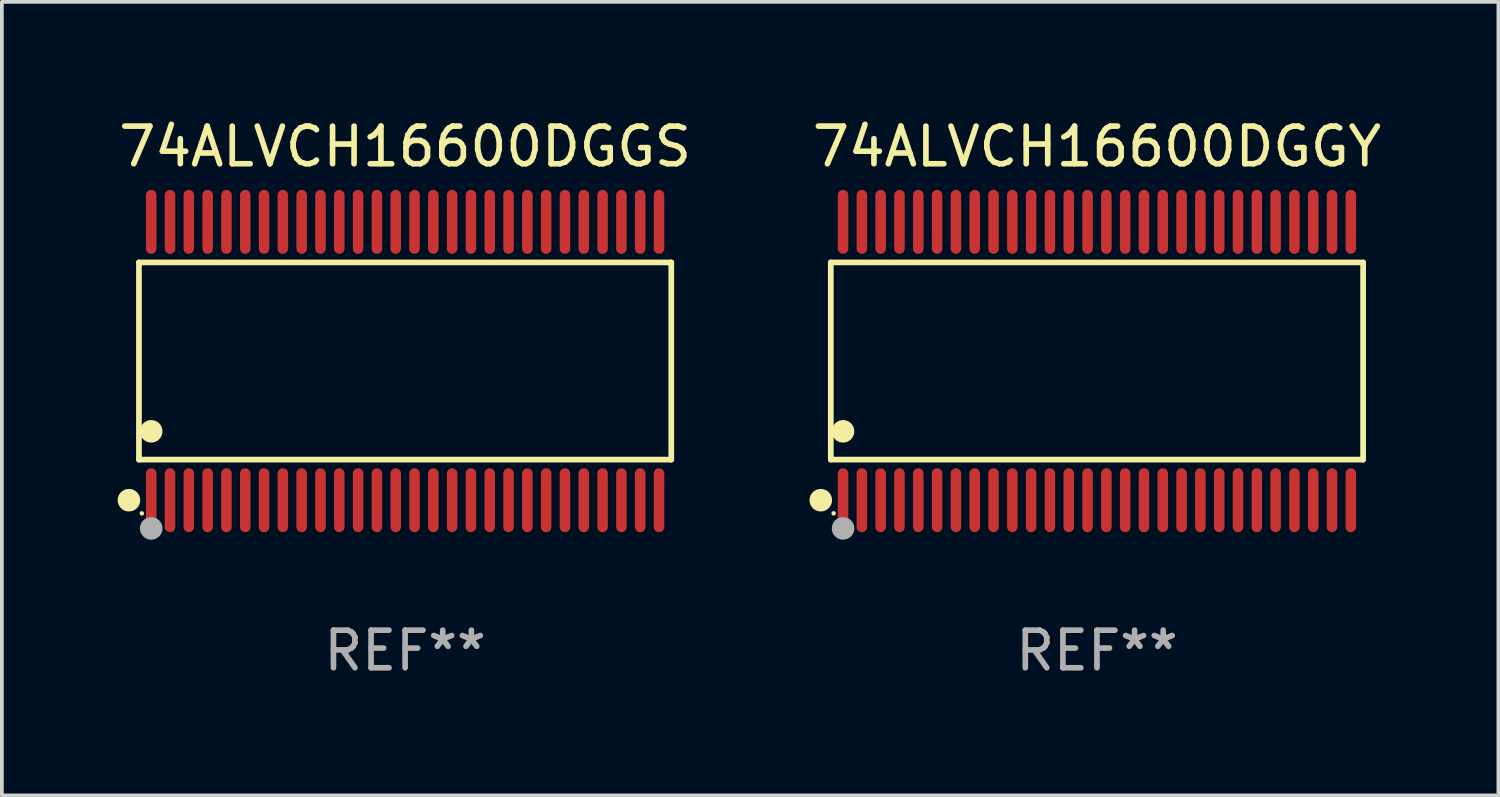
<source format=kicad_pcb>
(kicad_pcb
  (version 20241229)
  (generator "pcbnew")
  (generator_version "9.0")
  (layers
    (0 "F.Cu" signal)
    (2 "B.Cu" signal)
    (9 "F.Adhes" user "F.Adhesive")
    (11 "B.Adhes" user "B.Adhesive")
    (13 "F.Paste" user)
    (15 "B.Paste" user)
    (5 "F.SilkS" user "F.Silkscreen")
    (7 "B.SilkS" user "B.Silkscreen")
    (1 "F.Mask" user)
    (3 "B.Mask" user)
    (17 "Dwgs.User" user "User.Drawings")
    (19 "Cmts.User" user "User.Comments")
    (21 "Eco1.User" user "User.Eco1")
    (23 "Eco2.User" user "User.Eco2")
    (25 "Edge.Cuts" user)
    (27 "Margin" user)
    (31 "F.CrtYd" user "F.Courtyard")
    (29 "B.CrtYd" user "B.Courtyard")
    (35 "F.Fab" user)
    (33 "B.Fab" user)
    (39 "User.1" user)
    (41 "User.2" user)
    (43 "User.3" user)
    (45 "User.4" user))
  (footprint "74ALVCH16600DGGY"
    (layer "F.Cu")
    (at 26.113 6.548)
    (property "Reference" "74ALVCH16600DGGY" (at 0 -5.7 0) (layer "F.SilkS") (effects (font (size 1 1) (thickness 0.15))))
    (attr through_hole)
    (fp_line (start -7.076 -2.621) (end 7.076 -2.621) (stroke (width 0.152) (type solid)) (layer "F.SilkS"))
    (fp_line (start -7.076 2.621) (end -7.076 -2.621) (stroke (width 0.152) (type solid)) (layer "F.SilkS"))
    (fp_line (start 7.076 -2.621) (end 7.076 2.621) (stroke (width 0.152) (type solid)) (layer "F.SilkS"))
    (fp_line (start 7.076 2.621) (end -7.076 2.621) (stroke (width 0.152) (type solid)) (layer "F.SilkS"))
    (fp_circle (center -7.342 3.7) (end -7.192 3.7) (stroke (width 0.3) (type solid)) (fill no) (layer "F.SilkS"))
    (fp_circle (center -7 4.05) (end -6.97 4.05) (stroke (width 0.06) (type solid)) (fill no) (layer "F.SilkS"))
    (fp_circle (center -6.75 1.869) (end -6.6 1.869) (stroke (width 0.3) (type solid)) (fill no) (layer "F.SilkS"))
    (fp_circle (center -6.75 4.45) (end -6.6 4.45) (stroke (width 0.3) (type solid)) (fill no) (layer "F.Fab"))
    (fp_text user "REF**" (at 0 7.7 0) (layer "F.Fab") (effects (font (size 1 1) (thickness 0.15))))
    (pad "1" smd oval (at -6.75 3.7) (size 0.28 1.7) (layers "F.Cu" "F.Mask" "F.Paste"))
    (pad "2" smd oval (at -6.25 3.7) (size 0.28 1.7) (layers "F.Cu" "F.Mask" "F.Paste"))
    (pad "3" smd oval (at -5.75 3.7) (size 0.28 1.7) (layers "F.Cu" "F.Mask" "F.Paste"))
    (pad "4" smd oval (at -5.25 3.7) (size 0.28 1.7) (layers "F.Cu" "F.Mask" "F.Paste"))
    (pad "5" smd oval (at -4.75 3.7) (size 0.28 1.7) (layers "F.Cu" "F.Mask" "F.Paste"))
    (pad "6" smd oval (at -4.25 3.7) (size 0.28 1.7) (layers "F.Cu" "F.Mask" "F.Paste"))
    (pad "7" smd oval (at -3.75 3.7) (size 0.28 1.7) (layers "F.Cu" "F.Mask" "F.Paste"))
    (pad "8" smd oval (at -3.25 3.7) (size 0.28 1.7) (layers "F.Cu" "F.Mask" "F.Paste"))
    (pad "9" smd oval (at -2.75 3.7) (size 0.28 1.7) (layers "F.Cu" "F.Mask" "F.Paste"))
    (pad "10" smd oval (at -2.25 3.7) (size 0.28 1.7) (layers "F.Cu" "F.Mask" "F.Paste"))
    (pad "11" smd oval (at -1.75 3.7) (size 0.28 1.7) (layers "F.Cu" "F.Mask" "F.Paste"))
    (pad "12" smd oval (at -1.25 3.7) (size 0.28 1.7) (layers "F.Cu" "F.Mask" "F.Paste"))
    (pad "13" smd oval (at -0.75 3.7) (size 0.28 1.7) (layers "F.Cu" "F.Mask" "F.Paste"))
    (pad "14" smd oval (at -0.25 3.7) (size 0.28 1.7) (layers "F.Cu" "F.Mask" "F.Paste"))
    (pad "15" smd oval (at 0.25 3.7) (size 0.28 1.7) (layers "F.Cu" "F.Mask" "F.Paste"))
    (pad "16" smd oval (at 0.75 3.7) (size 0.28 1.7) (layers "F.Cu" "F.Mask" "F.Paste"))
    (pad "17" smd oval (at 1.25 3.7) (size 0.28 1.7) (layers "F.Cu" "F.Mask" "F.Paste"))
    (pad "18" smd oval (at 1.75 3.7) (size 0.28 1.7) (layers "F.Cu" "F.Mask" "F.Paste"))
    (pad "19" smd oval (at 2.25 3.7) (size 0.28 1.7) (layers "F.Cu" "F.Mask" "F.Paste"))
    (pad "20" smd oval (at 2.75 3.7) (size 0.28 1.7) (layers "F.Cu" "F.Mask" "F.Paste"))
    (pad "21" smd oval (at 3.25 3.7) (size 0.28 1.7) (layers "F.Cu" "F.Mask" "F.Paste"))
    (pad "22" smd oval (at 3.75 3.7) (size 0.28 1.7) (layers "F.Cu" "F.Mask" "F.Paste"))
    (pad "23" smd oval (at 4.25 3.7) (size 0.28 1.7) (layers "F.Cu" "F.Mask" "F.Paste"))
    (pad "24" smd oval (at 4.75 3.7) (size 0.28 1.7) (layers "F.Cu" "F.Mask" "F.Paste"))
    (pad "25" smd oval (at 5.25 3.7) (size 0.28 1.7) (layers "F.Cu" "F.Mask" "F.Paste"))
    (pad "26" smd oval (at 5.75 3.7) (size 0.28 1.7) (layers "F.Cu" "F.Mask" "F.Paste"))
    (pad "27" smd oval (at 6.25 3.7) (size 0.28 1.7) (layers "F.Cu" "F.Mask" "F.Paste"))
    (pad "28" smd oval (at 6.75 3.7) (size 0.28 1.7) (layers "F.Cu" "F.Mask" "F.Paste"))
    (pad "29" smd oval (at 6.75 -3.7) (size 0.28 1.7) (layers "F.Cu" "F.Mask" "F.Paste"))
    (pad "30" smd oval (at 6.25 -3.7) (size 0.28 1.7) (layers "F.Cu" "F.Mask" "F.Paste"))
    (pad "31" smd oval (at 5.75 -3.7) (size 0.28 1.7) (layers "F.Cu" "F.Mask" "F.Paste"))
    (pad "32" smd oval (at 5.25 -3.7) (size 0.28 1.7) (layers "F.Cu" "F.Mask" "F.Paste"))
    (pad "33" smd oval (at 4.75 -3.7) (size 0.28 1.7) (layers "F.Cu" "F.Mask" "F.Paste"))
    (pad "34" smd oval (at 4.25 -3.7) (size 0.28 1.7) (layers "F.Cu" "F.Mask" "F.Paste"))
    (pad "35" smd oval (at 3.75 -3.7) (size 0.28 1.7) (layers "F.Cu" "F.Mask" "F.Paste"))
    (pad "36" smd oval (at 3.25 -3.7) (size 0.28 1.7) (layers "F.Cu" "F.Mask" "F.Paste"))
    (pad "37" smd oval (at 2.75 -3.7) (size 0.28 1.7) (layers "F.Cu" "F.Mask" "F.Paste"))
    (pad "38" smd oval (at 2.25 -3.7) (size 0.28 1.7) (layers "F.Cu" "F.Mask" "F.Paste"))
    (pad "39" smd oval (at 1.75 -3.7) (size 0.28 1.7) (layers "F.Cu" "F.Mask" "F.Paste"))
    (pad "40" smd oval (at 1.25 -3.7) (size 0.28 1.7) (layers "F.Cu" "F.Mask" "F.Paste"))
    (pad "41" smd oval (at 0.75 -3.7) (size 0.28 1.7) (layers "F.Cu" "F.Mask" "F.Paste"))
    (pad "42" smd oval (at 0.25 -3.7) (size 0.28 1.7) (layers "F.Cu" "F.Mask" "F.Paste"))
    (pad "43" smd oval (at -0.25 -3.7) (size 0.28 1.7) (layers "F.Cu" "F.Mask" "F.Paste"))
    (pad "44" smd oval (at -0.75 -3.7) (size 0.28 1.7) (layers "F.Cu" "F.Mask" "F.Paste"))
    (pad "45" smd oval (at -1.25 -3.7) (size 0.28 1.7) (layers "F.Cu" "F.Mask" "F.Paste"))
    (pad "46" smd oval (at -1.75 -3.7) (size 0.28 1.7) (layers "F.Cu" "F.Mask" "F.Paste"))
    (pad "47" smd oval (at -2.25 -3.7) (size 0.28 1.7) (layers "F.Cu" "F.Mask" "F.Paste"))
    (pad "48" smd oval (at -2.75 -3.7) (size 0.28 1.7) (layers "F.Cu" "F.Mask" "F.Paste"))
    (pad "49" smd oval (at -3.25 -3.7) (size 0.28 1.7) (layers "F.Cu" "F.Mask" "F.Paste"))
    (pad "50" smd oval (at -3.75 -3.7) (size 0.28 1.7) (layers "F.Cu" "F.Mask" "F.Paste"))
    (pad "51" smd oval (at -4.25 -3.7) (size 0.28 1.7) (layers "F.Cu" "F.Mask" "F.Paste"))
    (pad "52" smd oval (at -4.75 -3.7) (size 0.28 1.7) (layers "F.Cu" "F.Mask" "F.Paste"))
    (pad "53" smd oval (at -5.25 -3.7) (size 0.28 1.7) (layers "F.Cu" "F.Mask" "F.Paste"))
    (pad "54" smd oval (at -5.75 -3.7) (size 0.28 1.7) (layers "F.Cu" "F.Mask" "F.Paste"))
    (pad "55" smd oval (at -6.25 -3.7) (size 0.28 1.7) (layers "F.Cu" "F.Mask" "F.Paste"))
    (pad "56" smd oval (at -6.75 -3.7) (size 0.28 1.7) (layers "F.Cu" "F.Mask" "F.Paste")))
  (footprint "74ALVCH16600DGGS"
    (layer "F.Cu")
    (at 7.72 6.548)
    (property "Reference" "74ALVCH16600DGGS" (at 0 -5.7 0) (layer "F.SilkS") (effects (font (size 1 1) (thickness 0.15))))
    (attr through_hole)
    (fp_line (start -7.076 -2.621) (end 7.076 -2.621) (stroke (width 0.152) (type solid)) (layer "F.SilkS"))
    (fp_line (start -7.076 2.621) (end -7.076 -2.621) (stroke (width 0.152) (type solid)) (layer "F.SilkS"))
    (fp_line (start 7.076 -2.621) (end 7.076 2.621) (stroke (width 0.152) (type solid)) (layer "F.SilkS"))
    (fp_line (start 7.076 2.621) (end -7.076 2.621) (stroke (width 0.152) (type solid)) (layer "F.SilkS"))
    (fp_circle (center -7.342 3.7) (end -7.192 3.7) (stroke (width 0.3) (type solid)) (fill no) (layer "F.SilkS"))
    (fp_circle (center -7 4.05) (end -6.97 4.05) (stroke (width 0.06) (type solid)) (fill no) (layer "F.SilkS"))
    (fp_circle (center -6.75 1.869) (end -6.6 1.869) (stroke (width 0.3) (type solid)) (fill no) (layer "F.SilkS"))
    (fp_circle (center -6.75 4.45) (end -6.6 4.45) (stroke (width 0.3) (type solid)) (fill no) (layer "F.Fab"))
    (fp_text user "REF**" (at 0 7.7 0) (layer "F.Fab") (effects (font (size 1 1) (thickness 0.15))))
    (pad "1" smd oval (at -6.75 3.7) (size 0.28 1.7) (layers "F.Cu" "F.Mask" "F.Paste"))
    (pad "2" smd oval (at -6.25 3.7) (size 0.28 1.7) (layers "F.Cu" "F.Mask" "F.Paste"))
    (pad "3" smd oval (at -5.75 3.7) (size 0.28 1.7) (layers "F.Cu" "F.Mask" "F.Paste"))
    (pad "4" smd oval (at -5.25 3.7) (size 0.28 1.7) (layers "F.Cu" "F.Mask" "F.Paste"))
    (pad "5" smd oval (at -4.75 3.7) (size 0.28 1.7) (layers "F.Cu" "F.Mask" "F.Paste"))
    (pad "6" smd oval (at -4.25 3.7) (size 0.28 1.7) (layers "F.Cu" "F.Mask" "F.Paste"))
    (pad "7" smd oval (at -3.75 3.7) (size 0.28 1.7) (layers "F.Cu" "F.Mask" "F.Paste"))
    (pad "8" smd oval (at -3.25 3.7) (size 0.28 1.7) (layers "F.Cu" "F.Mask" "F.Paste"))
    (pad "9" smd oval (at -2.75 3.7) (size 0.28 1.7) (layers "F.Cu" "F.Mask" "F.Paste"))
    (pad "10" smd oval (at -2.25 3.7) (size 0.28 1.7) (layers "F.Cu" "F.Mask" "F.Paste"))
    (pad "11" smd oval (at -1.75 3.7) (size 0.28 1.7) (layers "F.Cu" "F.Mask" "F.Paste"))
    (pad "12" smd oval (at -1.25 3.7) (size 0.28 1.7) (layers "F.Cu" "F.Mask" "F.Paste"))
    (pad "13" smd oval (at -0.75 3.7) (size 0.28 1.7) (layers "F.Cu" "F.Mask" "F.Paste"))
    (pad "14" smd oval (at -0.25 3.7) (size 0.28 1.7) (layers "F.Cu" "F.Mask" "F.Paste"))
    (pad "15" smd oval (at 0.25 3.7) (size 0.28 1.7) (layers "F.Cu" "F.Mask" "F.Paste"))
    (pad "16" smd oval (at 0.75 3.7) (size 0.28 1.7) (layers "F.Cu" "F.Mask" "F.Paste"))
    (pad "17" smd oval (at 1.25 3.7) (size 0.28 1.7) (layers "F.Cu" "F.Mask" "F.Paste"))
    (pad "18" smd oval (at 1.75 3.7) (size 0.28 1.7) (layers "F.Cu" "F.Mask" "F.Paste"))
    (pad "19" smd oval (at 2.25 3.7) (size 0.28 1.7) (layers "F.Cu" "F.Mask" "F.Paste"))
    (pad "20" smd oval (at 2.75 3.7) (size 0.28 1.7) (layers "F.Cu" "F.Mask" "F.Paste"))
    (pad "21" smd oval (at 3.25 3.7) (size 0.28 1.7) (layers "F.Cu" "F.Mask" "F.Paste"))
    (pad "22" smd oval (at 3.75 3.7) (size 0.28 1.7) (layers "F.Cu" "F.Mask" "F.Paste"))
    (pad "23" smd oval (at 4.25 3.7) (size 0.28 1.7) (layers "F.Cu" "F.Mask" "F.Paste"))
    (pad "24" smd oval (at 4.75 3.7) (size 0.28 1.7) (layers "F.Cu" "F.Mask" "F.Paste"))
    (pad "25" smd oval (at 5.25 3.7) (size 0.28 1.7) (layers "F.Cu" "F.Mask" "F.Paste"))
    (pad "26" smd oval (at 5.75 3.7) (size 0.28 1.7) (layers "F.Cu" "F.Mask" "F.Paste"))
    (pad "27" smd oval (at 6.25 3.7) (size 0.28 1.7) (layers "F.Cu" "F.Mask" "F.Paste"))
    (pad "28" smd oval (at 6.75 3.7) (size 0.28 1.7) (layers "F.Cu" "F.Mask" "F.Paste"))
    (pad "29" smd oval (at 6.75 -3.7) (size 0.28 1.7) (layers "F.Cu" "F.Mask" "F.Paste"))
    (pad "30" smd oval (at 6.25 -3.7) (size 0.28 1.7) (layers "F.Cu" "F.Mask" "F.Paste"))
    (pad "31" smd oval (at 5.75 -3.7) (size 0.28 1.7) (layers "F.Cu" "F.Mask" "F.Paste"))
    (pad "32" smd oval (at 5.25 -3.7) (size 0.28 1.7) (layers "F.Cu" "F.Mask" "F.Paste"))
    (pad "33" smd oval (at 4.75 -3.7) (size 0.28 1.7) (layers "F.Cu" "F.Mask" "F.Paste"))
    (pad "34" smd oval (at 4.25 -3.7) (size 0.28 1.7) (layers "F.Cu" "F.Mask" "F.Paste"))
    (pad "35" smd oval (at 3.75 -3.7) (size 0.28 1.7) (layers "F.Cu" "F.Mask" "F.Paste"))
    (pad "36" smd oval (at 3.25 -3.7) (size 0.28 1.7) (layers "F.Cu" "F.Mask" "F.Paste"))
    (pad "37" smd oval (at 2.75 -3.7) (size 0.28 1.7) (layers "F.Cu" "F.Mask" "F.Paste"))
    (pad "38" smd oval (at 2.25 -3.7) (size 0.28 1.7) (layers "F.Cu" "F.Mask" "F.Paste"))
    (pad "39" smd oval (at 1.75 -3.7) (size 0.28 1.7) (layers "F.Cu" "F.Mask" "F.Paste"))
    (pad "40" smd oval (at 1.25 -3.7) (size 0.28 1.7) (layers "F.Cu" "F.Mask" "F.Paste"))
    (pad "41" smd oval (at 0.75 -3.7) (size 0.28 1.7) (layers "F.Cu" "F.Mask" "F.Paste"))
    (pad "42" smd oval (at 0.25 -3.7) (size 0.28 1.7) (layers "F.Cu" "F.Mask" "F.Paste"))
    (pad "43" smd oval (at -0.25 -3.7) (size 0.28 1.7) (layers "F.Cu" "F.Mask" "F.Paste"))
    (pad "44" smd oval (at -0.75 -3.7) (size 0.28 1.7) (layers "F.Cu" "F.Mask" "F.Paste"))
    (pad "45" smd oval (at -1.25 -3.7) (size 0.28 1.7) (layers "F.Cu" "F.Mask" "F.Paste"))
    (pad "46" smd oval (at -1.75 -3.7) (size 0.28 1.7) (layers "F.Cu" "F.Mask" "F.Paste"))
    (pad "47" smd oval (at -2.25 -3.7) (size 0.28 1.7) (layers "F.Cu" "F.Mask" "F.Paste"))
    (pad "48" smd oval (at -2.75 -3.7) (size 0.28 1.7) (layers "F.Cu" "F.Mask" "F.Paste"))
    (pad "49" smd oval (at -3.25 -3.7) (size 0.28 1.7) (layers "F.Cu" "F.Mask" "F.Paste"))
    (pad "50" smd oval (at -3.75 -3.7) (size 0.28 1.7) (layers "F.Cu" "F.Mask" "F.Paste"))
    (pad "51" smd oval (at -4.25 -3.7) (size 0.28 1.7) (layers "F.Cu" "F.Mask" "F.Paste"))
    (pad "52" smd oval (at -4.75 -3.7) (size 0.28 1.7) (layers "F.Cu" "F.Mask" "F.Paste"))
    (pad "53" smd oval (at -5.25 -3.7) (size 0.28 1.7) (layers "F.Cu" "F.Mask" "F.Paste"))
    (pad "54" smd oval (at -5.75 -3.7) (size 0.28 1.7) (layers "F.Cu" "F.Mask" "F.Paste"))
    (pad "55" smd oval (at -6.25 -3.7) (size 0.28 1.7) (layers "F.Cu" "F.Mask" "F.Paste"))
    (pad "56" smd oval (at -6.75 -3.7) (size 0.28 1.7) (layers "F.Cu" "F.Mask" "F.Paste")))
  (gr_rect
    (start -3 -3)
    (end 36.786 18.097)
    (stroke (width 0.1) (type default))
    (fill no)
    (layer "Edge.Cuts")))
</source>
